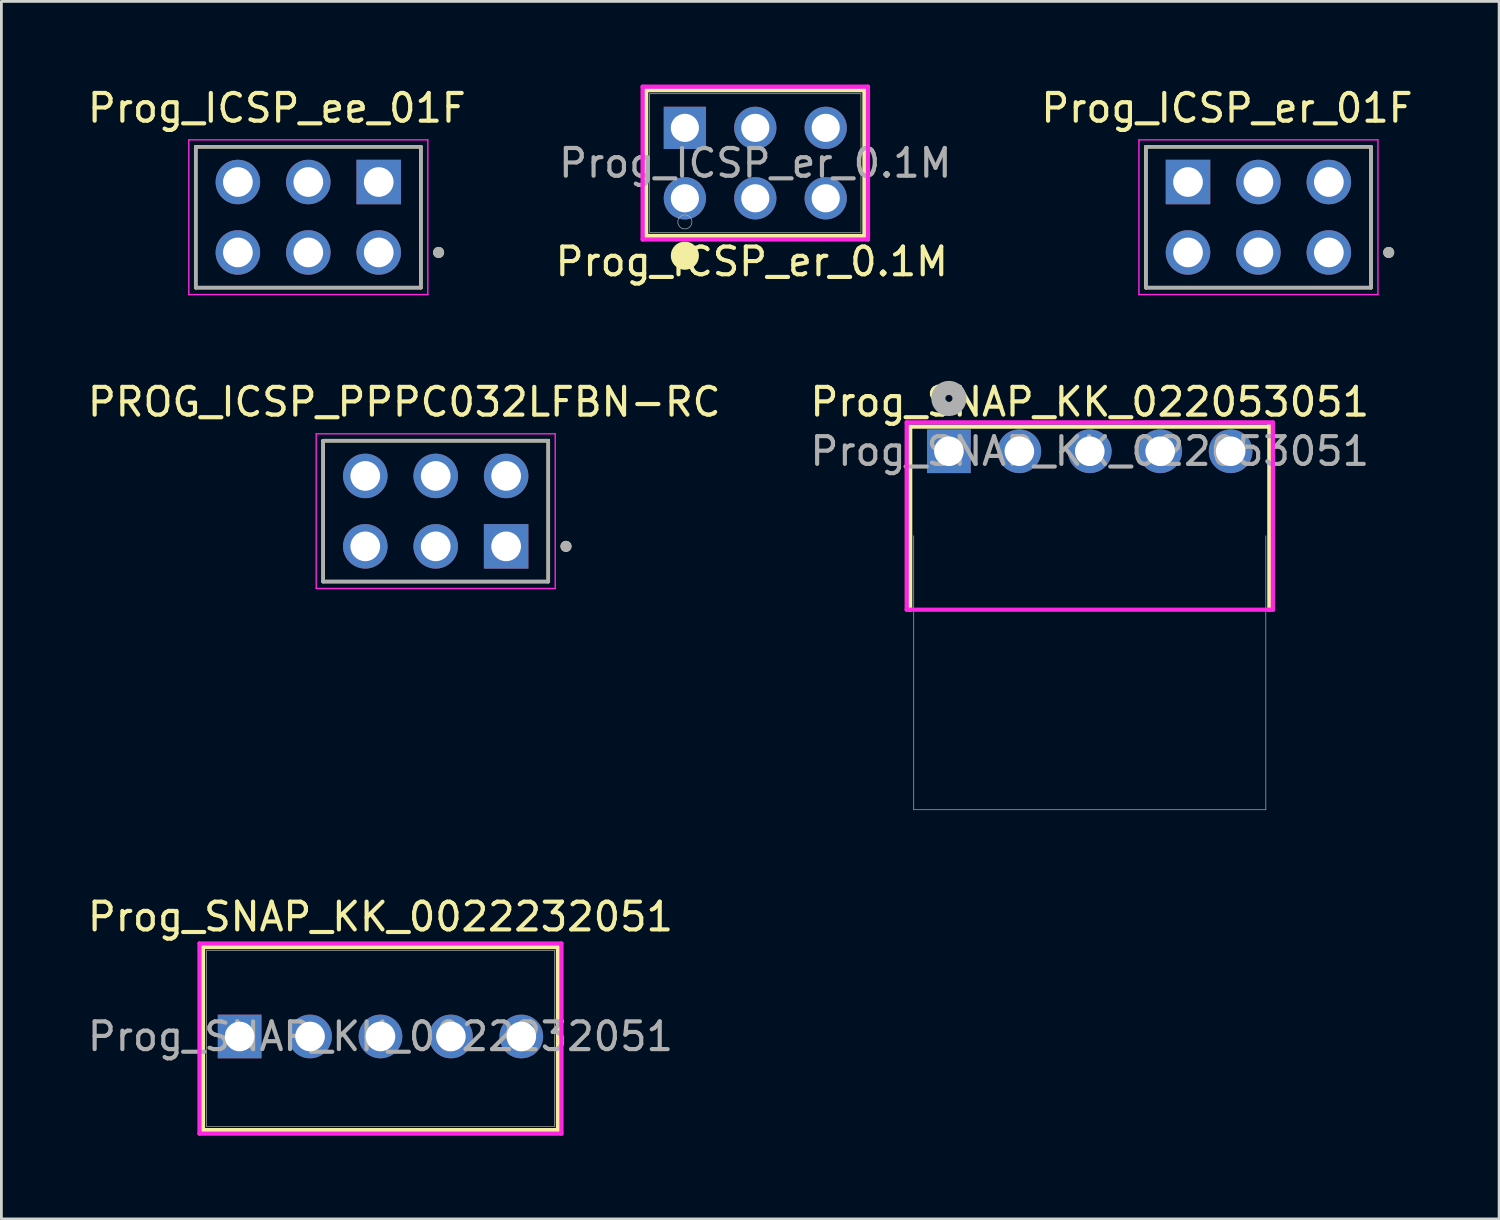
<source format=kicad_pcb>
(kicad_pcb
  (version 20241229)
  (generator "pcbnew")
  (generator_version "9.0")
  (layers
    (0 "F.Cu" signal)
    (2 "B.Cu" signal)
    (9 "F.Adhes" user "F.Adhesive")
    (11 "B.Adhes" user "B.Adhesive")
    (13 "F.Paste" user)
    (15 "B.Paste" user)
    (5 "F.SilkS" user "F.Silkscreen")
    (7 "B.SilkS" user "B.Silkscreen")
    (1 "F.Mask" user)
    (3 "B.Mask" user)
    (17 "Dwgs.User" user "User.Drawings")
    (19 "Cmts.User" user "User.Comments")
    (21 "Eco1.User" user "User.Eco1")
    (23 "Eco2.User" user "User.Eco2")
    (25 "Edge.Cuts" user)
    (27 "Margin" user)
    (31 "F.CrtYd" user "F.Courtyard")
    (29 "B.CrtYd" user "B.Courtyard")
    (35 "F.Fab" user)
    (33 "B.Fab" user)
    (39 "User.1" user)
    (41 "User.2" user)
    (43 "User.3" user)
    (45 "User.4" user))
  (footprint "PROG_ICSP_PPPC032LFBN-RC"
    (layer "F.Cu")
    (at 12.665 15.386)
    (property "Reference" "PROG_ICSP_PPPC032LFBN-RC" (at -1.135 -3.937 0) (layer "F.SilkS") (effects (font (size 1 1) (thickness 0.15))))
    (attr through_hole)
    (fp_line (start -4.06 -2.54) (end 4.06 -2.54) (stroke (width 0.127) (type solid)) (layer "F.SilkS"))
    (fp_line (start -4.06 2.54) (end -4.06 -2.54) (stroke (width 0.127) (type solid)) (layer "F.SilkS"))
    (fp_line (start 4.06 -2.54) (end 4.06 2.54) (stroke (width 0.127) (type solid)) (layer "F.SilkS"))
    (fp_line (start 4.06 2.54) (end -4.06 2.54) (stroke (width 0.127) (type solid)) (layer "F.SilkS"))
    (fp_circle (center 4.699 1.27) (end 4.799 1.27) (stroke (width 0.2) (type solid)) (fill no) (layer "F.SilkS"))
    (fp_line (start -4.31 -2.79) (end 4.31 -2.79) (stroke (width 0.05) (type solid)) (layer "F.CrtYd"))
    (fp_line (start -4.31 2.79) (end -4.31 -2.79) (stroke (width 0.05) (type solid)) (layer "F.CrtYd"))
    (fp_line (start 4.31 -2.79) (end 4.31 2.79) (stroke (width 0.05) (type solid)) (layer "F.CrtYd"))
    (fp_line (start 4.31 2.79) (end -4.31 2.79) (stroke (width 0.05) (type solid)) (layer "F.CrtYd"))
    (fp_line (start -4.06 -2.54) (end 4.06 -2.54) (stroke (width 0.127) (type solid)) (layer "F.Fab"))
    (fp_line (start -4.06 2.54) (end -4.06 -2.54) (stroke (width 0.127) (type solid)) (layer "F.Fab"))
    (fp_line (start 4.06 -2.54) (end 4.06 2.54) (stroke (width 0.127) (type solid)) (layer "F.Fab"))
    (fp_line (start 4.06 2.54) (end -4.06 2.54) (stroke (width 0.127) (type solid)) (layer "F.Fab"))
    (fp_circle (center 4.699 1.27) (end 4.799 1.27) (stroke (width 0.2) (type solid)) (fill no) (layer "F.Fab"))
    (pad "1" thru_hole rect (at 2.54 1.27) (size 1.605 1.605) (drill 1.07) (layers "*.Cu" "*.Mask"))
    (pad "2" thru_hole circle (at 0 1.27) (size 1.605 1.605) (drill 1.07) (layers "*.Cu" "*.Mask"))
    (pad "3" thru_hole circle (at -2.54 1.27) (size 1.605 1.605) (drill 1.07) (layers "*.Cu" "*.Mask"))
    (pad "4" thru_hole circle (at -2.54 -1.27) (size 1.605 1.605) (drill 1.07) (layers "*.Cu" "*.Mask"))
    (pad "5" thru_hole circle (at 0 -1.27) (size 1.605 1.605) (drill 1.07) (layers "*.Cu" "*.Mask"))
    (pad "6" thru_hole circle (at 2.54 -1.27) (size 1.605 1.605) (drill 1.07) (layers "*.Cu" "*.Mask")))
  (footprint "Prog_SNAP_KK_0022232051"
    (layer "F.Cu")
    (at 5.593 34.334)
    (property "Reference" "Prog_SNAP_KK_0022232051" (at 5.08 -4.318 0) (unlocked yes) (layer "F.SilkS") (effects (font (size 1 1) (thickness 0.15))))
    (attr through_hole)
    (fp_line (start -1.321 -3.227) (end -1.321 3.377) (stroke (width 0.152) (type solid)) (layer "F.SilkS"))
    (fp_line (start -1.321 3.377) (end 11.481 3.377) (stroke (width 0.152) (type solid)) (layer "F.SilkS"))
    (fp_line (start 11.481 -3.227) (end -1.321 -3.227) (stroke (width 0.152) (type solid)) (layer "F.SilkS"))
    (fp_line (start 11.481 3.377) (end 11.481 -3.227) (stroke (width 0.152) (type solid)) (layer "F.SilkS"))
    (fp_line (start -1.448 -3.354) (end -1.448 3.504) (stroke (width 0.152) (type solid)) (layer "F.CrtYd"))
    (fp_line (start -1.448 3.504) (end 11.608 3.504) (stroke (width 0.152) (type solid)) (layer "F.CrtYd"))
    (fp_line (start 11.608 -3.354) (end -1.448 -3.354) (stroke (width 0.152) (type solid)) (layer "F.CrtYd"))
    (fp_line (start 11.608 3.504) (end 11.608 -3.354) (stroke (width 0.152) (type solid)) (layer "F.CrtYd"))
    (fp_line (start -1.194 -3.1) (end -1.194 3.25) (stroke (width 0.025) (type solid)) (layer "F.Fab"))
    (fp_line (start -1.194 3.25) (end 11.354 3.25) (stroke (width 0.025) (type solid)) (layer "F.Fab"))
    (fp_line (start 11.354 -3.1) (end -1.194 -3.1) (stroke (width 0.025) (type solid)) (layer "F.Fab"))
    (fp_line (start 11.354 3.25) (end 11.354 -3.1) (stroke (width 0.025) (type solid)) (layer "F.Fab"))
    (fp_text user "${REFERENCE}" (at 5.08 0 0) (unlocked yes) (layer "F.Fab") (effects (font (size 1 1) (thickness 0.15))))
    (pad "1" thru_hole rect (at 0 0) (size 1.575 1.575) (drill 1.067) (layers "*.Cu" "*.Mask"))
    (pad "2" thru_hole circle (at 2.54 0) (size 1.575 1.575) (drill 1.067) (layers "*.Cu" "*.Mask"))
    (pad "3" thru_hole circle (at 5.08 0) (size 1.575 1.575) (drill 1.067) (layers "*.Cu" "*.Mask"))
    (pad "4" thru_hole circle (at 7.62 0) (size 1.575 1.575) (drill 1.067) (layers "*.Cu" "*.Mask"))
    (pad "5" thru_hole circle (at 10.16 0) (size 1.575 1.575) (drill 1.067) (layers "*.Cu" "*.Mask")))
  (footprint "Prog_ICSP_ee_01F"
    (layer "F.Cu")
    (at 8.07 4.785)
    (property "Reference" "Prog_ICSP_ee_01F" (at -1.135 -3.937 0) (layer "F.SilkS") (effects (font (size 1 1) (thickness 0.15))))
    (attr through_hole)
    (fp_line (start -4.06 -2.54) (end 4.06 -2.54) (stroke (width 0.127) (type solid)) (layer "F.SilkS"))
    (fp_line (start -4.06 2.54) (end -4.06 -2.54) (stroke (width 0.127) (type solid)) (layer "F.SilkS"))
    (fp_line (start 4.06 -2.54) (end 4.06 2.54) (stroke (width 0.127) (type solid)) (layer "F.SilkS"))
    (fp_line (start 4.06 2.54) (end -4.06 2.54) (stroke (width 0.127) (type solid)) (layer "F.SilkS"))
    (fp_circle (center 4.699 1.27) (end 4.799 1.27) (stroke (width 0.2) (type solid)) (fill no) (layer "F.SilkS"))
    (fp_line (start -4.31 -2.79) (end 4.31 -2.79) (stroke (width 0.05) (type solid)) (layer "F.CrtYd"))
    (fp_line (start -4.31 2.79) (end -4.31 -2.79) (stroke (width 0.05) (type solid)) (layer "F.CrtYd"))
    (fp_line (start 4.31 -2.79) (end 4.31 2.79) (stroke (width 0.05) (type solid)) (layer "F.CrtYd"))
    (fp_line (start 4.31 2.79) (end -4.31 2.79) (stroke (width 0.05) (type solid)) (layer "F.CrtYd"))
    (fp_line (start -4.06 -2.54) (end 4.06 -2.54) (stroke (width 0.127) (type solid)) (layer "F.Fab"))
    (fp_line (start -4.06 2.54) (end -4.06 -2.54) (stroke (width 0.127) (type solid)) (layer "F.Fab"))
    (fp_line (start 4.06 -2.54) (end 4.06 2.54) (stroke (width 0.127) (type solid)) (layer "F.Fab"))
    (fp_line (start 4.06 2.54) (end -4.06 2.54) (stroke (width 0.127) (type solid)) (layer "F.Fab"))
    (fp_circle (center 4.699 1.27) (end 4.799 1.27) (stroke (width 0.2) (type solid)) (fill no) (layer "F.Fab"))
    (pad "1" thru_hole rect (at 2.54 -1.27) (size 1.605 1.605) (drill 1.07) (layers "*.Cu" "*.Mask"))
    (pad "2" thru_hole circle (at 0 -1.27) (size 1.605 1.605) (drill 1.07) (layers "*.Cu" "*.Mask"))
    (pad "3" thru_hole circle (at -2.54 -1.27) (size 1.605 1.605) (drill 1.07) (layers "*.Cu" "*.Mask"))
    (pad "4" thru_hole circle (at -2.54 1.27) (size 1.605 1.605) (drill 1.07) (layers "*.Cu" "*.Mask"))
    (pad "5" thru_hole circle (at 0 1.27) (size 1.605 1.605) (drill 1.07) (layers "*.Cu" "*.Mask"))
    (pad "6" thru_hole circle (at 2.54 1.27) (size 1.605 1.605) (drill 1.07) (layers "*.Cu" "*.Mask")))
  (footprint "Prog_SNAP_KK_022053051"
    (layer "F.Cu")
    (at 31.176 13.226)
    (property "Reference" "Prog_SNAP_KK_022053051" (at 5.08 -1.778 0) (unlocked yes) (layer "F.SilkS") (effects (font (size 1 1) (thickness 0.15))))
    (attr through_hole)
    (fp_line (start -1.397 -0.889) (end -1.397 5.715) (stroke (width 0.152) (type solid)) (layer "F.SilkS"))
    (fp_line (start 11.557 -0.889) (end -1.397 -0.889) (stroke (width 0.152) (type solid)) (layer "F.SilkS"))
    (fp_line (start 11.557 5.715) (end 11.557 -1.016) (stroke (width 0.152) (type solid)) (layer "F.SilkS"))
    (fp_line (start -1.524 -1.041) (end -1.524 5.715) (stroke (width 0.152) (type solid)) (layer "F.CrtYd"))
    (fp_line (start -1.524 5.715) (end 11.684 5.715) (stroke (width 0.152) (type solid)) (layer "F.CrtYd"))
    (fp_line (start 11.684 -1.041) (end -1.524 -1.041) (stroke (width 0.152) (type solid)) (layer "F.CrtYd"))
    (fp_line (start 11.684 5.715) (end 11.684 -1.041) (stroke (width 0.152) (type solid)) (layer "F.CrtYd"))
    (fp_line (start -1.27 3.048) (end -1.27 12.929) (stroke (width 0.025) (type solid)) (layer "F.Fab"))
    (fp_line (start -1.27 12.929) (end 11.43 12.929) (stroke (width 0.025) (type solid)) (layer "F.Fab"))
    (fp_line (start 11.43 5.715) (end -1.27 5.715) (stroke (width 0.025) (type solid)) (layer "F.Fab"))
    (fp_line (start 11.43 12.929) (end 11.43 3.048) (stroke (width 0.025) (type solid)) (layer "F.Fab"))
    (fp_circle (center 0 -1.905) (end 0.381 -1.905) (stroke (width 0.508) (type solid)) (fill no) (layer "F.Fab"))
    (fp_text user "${REFERENCE}" (at 5.08 0 0) (unlocked yes) (layer "F.Fab") (effects (font (size 1 1) (thickness 0.15))))
    (pad "1" thru_hole rect (at 0 0) (size 1.575 1.575) (drill 1.067) (layers "*.Cu" "*.Mask"))
    (pad "2" thru_hole circle (at 2.54 0) (size 1.575 1.575) (drill 1.067) (layers "*.Cu" "*.Mask"))
    (pad "3" thru_hole circle (at 5.08 0) (size 1.575 1.575) (drill 1.067) (layers "*.Cu" "*.Mask"))
    (pad "4" thru_hole circle (at 7.62 0) (size 1.575 1.575) (drill 1.067) (layers "*.Cu" "*.Mask"))
    (pad "5" thru_hole circle (at 10.16 0) (size 1.575 1.575) (drill 1.067) (layers "*.Cu" "*.Mask")))
  (footprint "Prog_ICSP_er_0.1M"
    (layer "F.Cu")
    (at 21.652 4.102)
    (property "Reference" "Prog_ICSP_er_0.1M" (at 2.413 2.286 0) (unlocked yes) (layer "F.SilkS") (effects (font (size 1 1) (thickness 0.15))))
    (attr through_hole)
    (fp_line (start -1.397 -3.899) (end -1.397 1.359) (stroke (width 0.152) (type solid)) (layer "F.SilkS"))
    (fp_line (start -1.397 1.359) (end 6.477 1.359) (stroke (width 0.152) (type solid)) (layer "F.SilkS"))
    (fp_line (start 6.477 -3.899) (end -1.397 -3.899) (stroke (width 0.152) (type solid)) (layer "F.SilkS"))
    (fp_line (start 6.477 1.359) (end 6.477 -3.899) (stroke (width 0.152) (type solid)) (layer "F.SilkS"))
    (fp_circle (center 0 2.07) (end 0.254 2.07) (stroke (width 0.508) (type solid)) (fill no) (layer "F.SilkS"))
    (fp_line (start -1.524 -4.026) (end -1.524 1.486) (stroke (width 0.152) (type solid)) (layer "F.CrtYd"))
    (fp_line (start -1.524 1.486) (end 6.604 1.486) (stroke (width 0.152) (type solid)) (layer "F.CrtYd"))
    (fp_line (start 6.604 -4.026) (end -1.524 -4.026) (stroke (width 0.152) (type solid)) (layer "F.CrtYd"))
    (fp_line (start 6.604 1.486) (end 6.604 -4.026) (stroke (width 0.152) (type solid)) (layer "F.CrtYd"))
    (fp_line (start -1.27 -3.772) (end -1.27 1.232) (stroke (width 0.025) (type solid)) (layer "F.Fab"))
    (fp_line (start -1.27 1.232) (end 6.35 1.232) (stroke (width 0.025) (type solid)) (layer "F.Fab"))
    (fp_line (start 6.35 -3.772) (end -1.27 -3.772) (stroke (width 0.025) (type solid)) (layer "F.Fab"))
    (fp_line (start 6.35 1.232) (end 6.35 -3.772) (stroke (width 0.025) (type solid)) (layer "F.Fab"))
    (fp_circle (center 0 0.851) (end 0.254 0.851) (stroke (width 0.025) (type solid)) (fill no) (layer "F.Fab"))
    (fp_text user "${REFERENCE}" (at 2.54 -1.27 0) (unlocked yes) (layer "F.Fab") (effects (font (size 1 1) (thickness 0.15))))
    (pad "1" thru_hole rect (at 0 -2.54) (size 1.524 1.524) (drill 1.016) (layers "*.Cu" "*.Mask"))
    (pad "2" thru_hole circle (at 2.54 -2.54) (size 1.524 1.524) (drill 1.016) (layers "*.Cu" "*.Mask"))
    (pad "3" thru_hole circle (at 5.08 -2.54) (size 1.524 1.524) (drill 1.016) (layers "*.Cu" "*.Mask"))
    (pad "4" thru_hole circle (at 5.08 0) (size 1.524 1.524) (drill 1.016) (layers "*.Cu" "*.Mask"))
    (pad "5" thru_hole circle (at 2.54 0) (size 1.524 1.524) (drill 1.016) (layers "*.Cu" "*.Mask"))
    (pad "6" thru_hole circle (at 0 0) (size 1.524 1.524) (drill 1.016) (layers "*.Cu" "*.Mask")))
  (footprint "Prog_ICSP_er_01F"
    (layer "F.Cu")
    (at 42.339 4.785)
    (property "Reference" "Prog_ICSP_er_01F" (at -1.135 -3.937 0) (layer "F.SilkS") (effects (font (size 1 1) (thickness 0.15))))
    (attr through_hole)
    (fp_line (start -4.06 -2.54) (end 4.06 -2.54) (stroke (width 0.127) (type solid)) (layer "F.SilkS"))
    (fp_line (start -4.06 2.54) (end -4.06 -2.54) (stroke (width 0.127) (type solid)) (layer "F.SilkS"))
    (fp_line (start 4.06 -2.54) (end 4.06 2.54) (stroke (width 0.127) (type solid)) (layer "F.SilkS"))
    (fp_line (start 4.06 2.54) (end -4.06 2.54) (stroke (width 0.127) (type solid)) (layer "F.SilkS"))
    (fp_circle (center 4.699 1.27) (end 4.799 1.27) (stroke (width 0.2) (type solid)) (fill no) (layer "F.SilkS"))
    (fp_line (start -4.31 -2.79) (end 4.31 -2.79) (stroke (width 0.05) (type solid)) (layer "F.CrtYd"))
    (fp_line (start -4.31 2.79) (end -4.31 -2.79) (stroke (width 0.05) (type solid)) (layer "F.CrtYd"))
    (fp_line (start 4.31 -2.79) (end 4.31 2.79) (stroke (width 0.05) (type solid)) (layer "F.CrtYd"))
    (fp_line (start 4.31 2.79) (end -4.31 2.79) (stroke (width 0.05) (type solid)) (layer "F.CrtYd"))
    (fp_line (start -4.06 -2.54) (end 4.06 -2.54) (stroke (width 0.127) (type solid)) (layer "F.Fab"))
    (fp_line (start -4.06 2.54) (end -4.06 -2.54) (stroke (width 0.127) (type solid)) (layer "F.Fab"))
    (fp_line (start 4.06 -2.54) (end 4.06 2.54) (stroke (width 0.127) (type solid)) (layer "F.Fab"))
    (fp_line (start 4.06 2.54) (end -4.06 2.54) (stroke (width 0.127) (type solid)) (layer "F.Fab"))
    (fp_circle (center 4.699 1.27) (end 4.799 1.27) (stroke (width 0.2) (type solid)) (fill no) (layer "F.Fab"))
    (pad "1" thru_hole rect (at -2.54 -1.27) (size 1.605 1.605) (drill 1.07) (layers "*.Cu" "*.Mask"))
    (pad "2" thru_hole circle (at 0 -1.27) (size 1.605 1.605) (drill 1.07) (layers "*.Cu" "*.Mask"))
    (pad "3" thru_hole circle (at 2.54 -1.27) (size 1.605 1.605) (drill 1.07) (layers "*.Cu" "*.Mask"))
    (pad "4" thru_hole circle (at 2.54 1.27) (size 1.605 1.605) (drill 1.07) (layers "*.Cu" "*.Mask"))
    (pad "5" thru_hole circle (at 0 1.27) (size 1.605 1.605) (drill 1.07) (layers "*.Cu" "*.Mask"))
    (pad "6" thru_hole circle (at -2.54 1.27) (size 1.605 1.605) (drill 1.07) (layers "*.Cu" "*.Mask")))
  (gr_rect
    (start -3 -3)
    (end 51.02 40.914)
    (stroke (width 0.1) (type default))
    (fill no)
    (layer "Edge.Cuts")))
</source>
